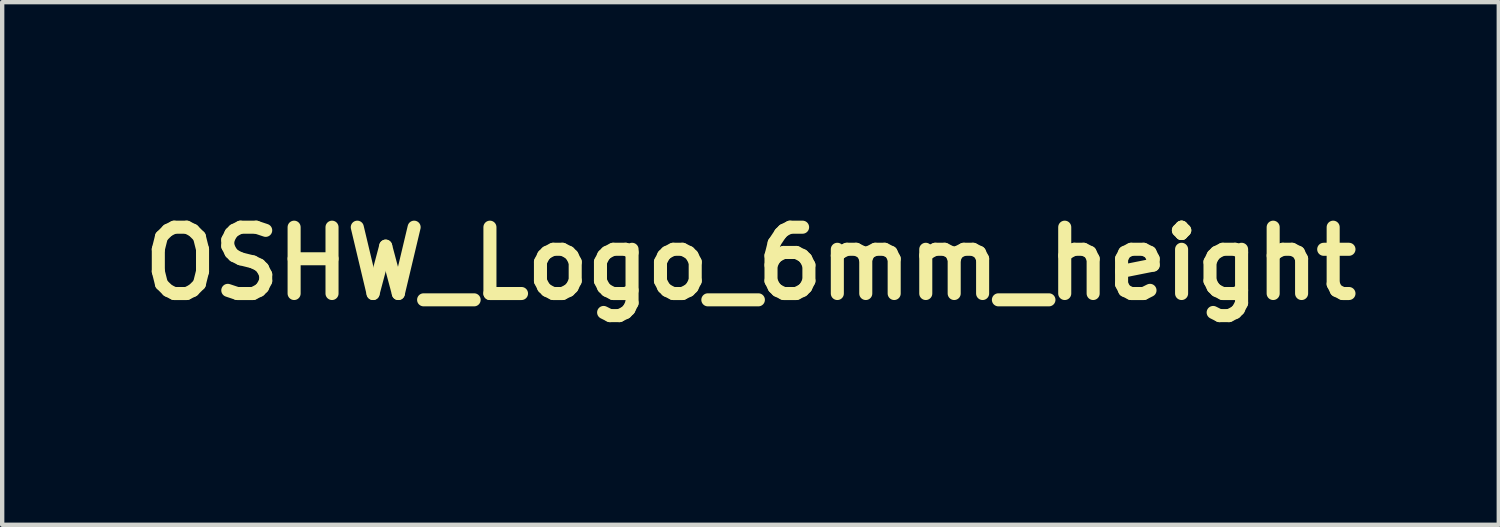
<source format=kicad_pcb>
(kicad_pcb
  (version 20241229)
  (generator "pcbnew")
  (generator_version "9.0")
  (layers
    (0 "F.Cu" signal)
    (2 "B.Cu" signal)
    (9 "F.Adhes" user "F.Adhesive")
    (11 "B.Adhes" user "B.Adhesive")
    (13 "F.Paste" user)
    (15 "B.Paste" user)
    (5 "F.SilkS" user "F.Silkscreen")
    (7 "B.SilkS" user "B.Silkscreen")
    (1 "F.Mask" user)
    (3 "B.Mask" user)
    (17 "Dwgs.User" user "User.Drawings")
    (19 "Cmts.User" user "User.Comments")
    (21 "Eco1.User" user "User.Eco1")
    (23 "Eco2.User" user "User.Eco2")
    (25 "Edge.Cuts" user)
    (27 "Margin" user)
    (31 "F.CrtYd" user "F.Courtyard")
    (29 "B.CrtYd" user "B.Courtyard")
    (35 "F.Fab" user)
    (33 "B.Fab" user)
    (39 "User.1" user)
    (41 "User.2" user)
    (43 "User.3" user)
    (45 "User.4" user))
  (footprint "OSHW_Logo_6mm_height"
    (layer "F.Cu")
    (at 14.195 3.005)
    (property "Reference" "OSHW_Logo_6mm_height" (at 0 0 0) (layer "F.SilkS") (effects (font (size 1.524 1.524) (thickness 0.3))))
    (attr through_hole)
    (fp_poly (pts (xy 2.936 2.111) (xy 2.956 2.116) (xy 2.996 2.133) (xy 3.032 2.159) (xy 3.063 2.19) (xy 3.086 2.227) (xy 3.102 2.266) (xy 3.107 2.302) (xy 3.109 2.329) (xy 3.067 2.347) (xy 3.048 2.355) (xy 3.032 2.362) (xy 3.023 2.365) (xy 3.021 2.365) (xy 3.019 2.361) (xy 3.017 2.348) (xy 3.015 2.329) (xy 3.015 2.326) (xy 3.013 2.301) (xy 3.008 2.283) (xy 3 2.266) (xy 2.997 2.261) (xy 2.975 2.234) (xy 2.947 2.215) (xy 2.916 2.204) (xy 2.883 2.202) (xy 2.85 2.207) (xy 2.82 2.222) (xy 2.803 2.236) (xy 2.794 2.245) (xy 2.786 2.253) (xy 2.78 2.26) (xy 2.775 2.27) (xy 2.772 2.281) (xy 2.769 2.295) (xy 2.767 2.314) (xy 2.766 2.338) (xy 2.765 2.369) (xy 2.764 2.408) (xy 2.764 2.454) (xy 2.763 2.504) (xy 2.762 2.72) (xy 2.726 2.736) (xy 2.707 2.744) (xy 2.69 2.751) (xy 2.679 2.755) (xy 2.679 2.755) (xy 2.667 2.758) (xy 2.667 2.545) (xy 2.667 2.496) (xy 2.668 2.45) (xy 2.668 2.407) (xy 2.669 2.369) (xy 2.67 2.337) (xy 2.671 2.312) (xy 2.672 2.296) (xy 2.672 2.294) (xy 2.684 2.249) (xy 2.704 2.208) (xy 2.731 2.173) (xy 2.765 2.145) (xy 2.803 2.124) (xy 2.845 2.111) (xy 2.89 2.106) (xy 2.936 2.111)) (stroke (width 0.01) (type solid)) (fill yes) (layer "F.Mask"))
    (fp_poly (pts (xy 0.556 2.109) (xy 0.584 2.109) (xy 0.605 2.111) (xy 0.623 2.115) (xy 0.639 2.12) (xy 0.642 2.121) (xy 0.676 2.14) (xy 0.707 2.165) (xy 0.734 2.197) (xy 0.755 2.231) (xy 0.769 2.267) (xy 0.774 2.299) (xy 0.775 2.33) (xy 0.734 2.348) (xy 0.714 2.356) (xy 0.698 2.362) (xy 0.689 2.365) (xy 0.687 2.365) (xy 0.685 2.361) (xy 0.683 2.348) (xy 0.683 2.33) (xy 0.683 2.33) (xy 0.678 2.293) (xy 0.665 2.261) (xy 0.644 2.235) (xy 0.618 2.216) (xy 0.586 2.204) (xy 0.551 2.201) (xy 0.518 2.207) (xy 0.497 2.216) (xy 0.476 2.233) (xy 0.456 2.253) (xy 0.443 2.272) (xy 0.44 2.278) (xy 0.438 2.284) (xy 0.436 2.291) (xy 0.434 2.301) (xy 0.433 2.314) (xy 0.432 2.331) (xy 0.431 2.354) (xy 0.431 2.384) (xy 0.43 2.421) (xy 0.43 2.467) (xy 0.43 2.507) (xy 0.428 2.72) (xy 0.388 2.739) (xy 0.369 2.747) (xy 0.354 2.753) (xy 0.344 2.757) (xy 0.343 2.757) (xy 0.342 2.752) (xy 0.341 2.737) (xy 0.34 2.713) (xy 0.34 2.68) (xy 0.34 2.641) (xy 0.34 2.594) (xy 0.34 2.541) (xy 0.34 2.512) (xy 0.341 2.267) (xy 0.358 2.232) (xy 0.383 2.193) (xy 0.416 2.159) (xy 0.454 2.132) (xy 0.465 2.126) (xy 0.482 2.118) (xy 0.495 2.113) (xy 0.509 2.11) (xy 0.527 2.109) (xy 0.551 2.109) (xy 0.556 2.109)) (stroke (width 0.01) (type solid)) (fill yes) (layer "F.Mask"))
    (fp_poly (pts (xy -0.74 1.881) (xy -0.738 1.888) (xy -0.737 1.901) (xy -0.736 1.92) (xy -0.736 1.948) (xy -0.736 1.985) (xy -0.736 2.01) (xy -0.736 2.143) (xy -0.7 2.126) (xy -0.683 2.118) (xy -0.668 2.113) (xy -0.654 2.11) (xy -0.635 2.109) (xy -0.61 2.109) (xy -0.609 2.109) (xy -0.583 2.109) (xy -0.564 2.11) (xy -0.549 2.113) (xy -0.535 2.118) (xy -0.518 2.125) (xy -0.517 2.126) (xy -0.477 2.15) (xy -0.443 2.182) (xy -0.416 2.22) (xy -0.397 2.263) (xy -0.392 2.286) (xy -0.39 2.299) (xy -0.389 2.322) (xy -0.388 2.354) (xy -0.388 2.393) (xy -0.387 2.438) (xy -0.387 2.489) (xy -0.388 2.518) (xy -0.389 2.721) (xy -0.43 2.739) (xy -0.45 2.747) (xy -0.465 2.753) (xy -0.475 2.757) (xy -0.476 2.757) (xy -0.477 2.752) (xy -0.479 2.737) (xy -0.48 2.713) (xy -0.48 2.681) (xy -0.481 2.642) (xy -0.482 2.596) (xy -0.482 2.544) (xy -0.483 2.522) (xy -0.484 2.288) (xy -0.5 2.262) (xy -0.521 2.237) (xy -0.542 2.22) (xy -0.557 2.212) (xy -0.57 2.207) (xy -0.586 2.204) (xy -0.608 2.204) (xy -0.609 2.204) (xy -0.631 2.204) (xy -0.647 2.207) (xy -0.66 2.211) (xy -0.675 2.22) (xy -0.675 2.22) (xy -0.7 2.24) (xy -0.717 2.262) (xy -0.733 2.288) (xy -0.734 2.504) (xy -0.736 2.72) (xy -0.771 2.736) (xy -0.791 2.744) (xy -0.807 2.751) (xy -0.818 2.755) (xy -0.819 2.755) (xy -0.831 2.758) (xy -0.831 1.918) (xy -0.79 1.9) (xy -0.77 1.892) (xy -0.754 1.885) (xy -0.744 1.881) (xy -0.742 1.88) (xy -0.74 1.881)) (stroke (width 0.01) (type solid)) (fill yes) (layer "F.Mask"))
    (fp_poly (pts (xy -1.573 2.072) (xy -1.527 2.083) (xy -1.498 2.095) (xy -1.476 2.11) (xy -1.451 2.131) (xy -1.428 2.155) (xy -1.408 2.18) (xy -1.395 2.202) (xy -1.394 2.202) (xy -1.389 2.215) (xy -1.384 2.228) (xy -1.38 2.241) (xy -1.377 2.256) (xy -1.375 2.275) (xy -1.373 2.297) (xy -1.372 2.325) (xy -1.372 2.359) (xy -1.371 2.4) (xy -1.372 2.45) (xy -1.372 2.499) (xy -1.373 2.715) (xy -1.433 2.742) (xy -1.456 2.752) (xy -1.476 2.76) (xy -1.491 2.765) (xy -1.498 2.768) (xy -1.498 2.768) (xy -1.499 2.762) (xy -1.5 2.747) (xy -1.501 2.722) (xy -1.502 2.688) (xy -1.502 2.645) (xy -1.503 2.594) (xy -1.503 2.536) (xy -1.503 2.525) (xy -1.503 2.282) (xy -1.515 2.259) (xy -1.534 2.233) (xy -1.559 2.214) (xy -1.588 2.204) (xy -1.618 2.202) (xy -1.648 2.209) (xy -1.676 2.225) (xy -1.681 2.229) (xy -1.689 2.237) (xy -1.696 2.244) (xy -1.702 2.251) (xy -1.707 2.259) (xy -1.71 2.271) (xy -1.713 2.285) (xy -1.715 2.304) (xy -1.717 2.329) (xy -1.718 2.36) (xy -1.719 2.399) (xy -1.719 2.446) (xy -1.72 2.497) (xy -1.722 2.716) (xy -1.78 2.742) (xy -1.803 2.752) (xy -1.823 2.76) (xy -1.837 2.766) (xy -1.843 2.768) (xy -1.844 2.762) (xy -1.844 2.748) (xy -1.845 2.724) (xy -1.845 2.694) (xy -1.846 2.656) (xy -1.846 2.613) (xy -1.846 2.566) (xy -1.846 2.515) (xy -1.846 2.504) (xy -1.844 2.241) (xy -1.826 2.205) (xy -1.802 2.165) (xy -1.77 2.131) (xy -1.732 2.102) (xy -1.691 2.082) (xy -1.666 2.075) (xy -1.621 2.069) (xy -1.573 2.072)) (stroke (width 0.01) (type solid)) (fill yes) (layer "F.Mask"))
    (fp_poly (pts (xy -3.408 2.072) (xy -3.363 2.085) (xy -3.321 2.106) (xy -3.283 2.136) (xy -3.28 2.139) (xy -3.261 2.16) (xy -3.245 2.181) (xy -3.232 2.205) (xy -3.222 2.231) (xy -3.215 2.261) (xy -3.211 2.297) (xy -3.208 2.34) (xy -3.207 2.391) (xy -3.208 2.447) (xy -3.209 2.493) (xy -3.211 2.53) (xy -3.214 2.559) (xy -3.217 2.583) (xy -3.222 2.603) (xy -3.229 2.621) (xy -3.238 2.637) (xy -3.249 2.653) (xy -3.266 2.674) (xy -3.288 2.697) (xy -3.312 2.717) (xy -3.334 2.733) (xy -3.34 2.736) (xy -3.379 2.751) (xy -3.423 2.759) (xy -3.468 2.76) (xy -3.497 2.757) (xy -3.541 2.743) (xy -3.582 2.72) (xy -3.618 2.689) (xy -3.648 2.653) (xy -3.67 2.611) (xy -3.682 2.573) (xy -3.685 2.555) (xy -3.687 2.53) (xy -3.688 2.498) (xy -3.688 2.461) (xy -3.689 2.422) (xy -3.688 2.399) (xy -3.556 2.399) (xy -3.556 2.413) (xy -3.556 2.458) (xy -3.555 2.494) (xy -3.554 2.523) (xy -3.551 2.545) (xy -3.547 2.562) (xy -3.542 2.575) (xy -3.534 2.585) (xy -3.525 2.595) (xy -3.517 2.602) (xy -3.487 2.62) (xy -3.455 2.628) (xy -3.422 2.626) (xy -3.417 2.624) (xy -3.4 2.616) (xy -3.381 2.603) (xy -3.373 2.596) (xy -3.363 2.585) (xy -3.355 2.573) (xy -3.349 2.56) (xy -3.344 2.543) (xy -3.342 2.522) (xy -3.34 2.495) (xy -3.339 2.461) (xy -3.34 2.419) (xy -3.34 2.397) (xy -3.341 2.355) (xy -3.342 2.323) (xy -3.343 2.298) (xy -3.346 2.279) (xy -3.35 2.264) (xy -3.355 2.253) (xy -3.363 2.243) (xy -3.373 2.234) (xy -3.378 2.229) (xy -3.406 2.211) (xy -3.435 2.203) (xy -3.466 2.203) (xy -3.495 2.212) (xy -3.521 2.229) (xy -3.541 2.254) (xy -3.544 2.259) (xy -3.548 2.267) (xy -3.55 2.274) (xy -3.553 2.283) (xy -3.554 2.295) (xy -3.555 2.311) (xy -3.556 2.333) (xy -3.556 2.362) (xy -3.556 2.399) (xy -3.688 2.399) (xy -3.688 2.383) (xy -3.687 2.344) (xy -3.686 2.31) (xy -3.684 2.28) (xy -3.682 2.257) (xy -3.68 2.246) (xy -3.665 2.205) (xy -3.642 2.168) (xy -3.62 2.141) (xy -3.584 2.11) (xy -3.543 2.088) (xy -3.499 2.074) (xy -3.454 2.069) (xy -3.408 2.072)) (stroke (width 0.01) (type solid)) (fill yes) (layer "F.Mask"))
    (fp_poly (pts (xy -2.19 2.071) (xy -2.146 2.081) (xy -2.105 2.1) (xy -2.067 2.128) (xy -2.041 2.154) (xy -2.02 2.178) (xy -2.006 2.202) (xy -1.996 2.227) (xy -1.99 2.256) (xy -1.988 2.292) (xy -1.987 2.311) (xy -1.987 2.376) (xy -2.156 2.452) (xy -2.326 2.527) (xy -2.325 2.544) (xy -2.319 2.568) (xy -2.304 2.591) (xy -2.283 2.609) (xy -2.257 2.621) (xy -2.228 2.627) (xy -2.223 2.627) (xy -2.189 2.622) (xy -2.161 2.609) (xy -2.139 2.587) (xy -2.124 2.559) (xy -2.117 2.53) (xy -2.114 2.501) (xy -2.053 2.473) (xy -2.03 2.462) (xy -2.01 2.454) (xy -1.996 2.448) (xy -1.989 2.445) (xy -1.988 2.445) (xy -1.987 2.45) (xy -1.985 2.463) (xy -1.985 2.482) (xy -1.984 2.5) (xy -1.986 2.544) (xy -1.993 2.581) (xy -2.005 2.614) (xy -2.023 2.646) (xy -2.023 2.647) (xy -2.057 2.689) (xy -2.094 2.721) (xy -2.136 2.744) (xy -2.181 2.758) (xy -2.229 2.761) (xy -2.28 2.754) (xy -2.286 2.753) (xy -2.33 2.736) (xy -2.369 2.71) (xy -2.404 2.677) (xy -2.433 2.637) (xy -2.442 2.619) (xy -2.458 2.585) (xy -2.46 2.426) (xy -2.46 2.38) (xy -2.46 2.347) (xy -2.328 2.347) (xy -2.328 2.366) (xy -2.327 2.378) (xy -2.326 2.381) (xy -2.321 2.379) (xy -2.307 2.373) (xy -2.287 2.365) (xy -2.261 2.353) (xy -2.231 2.34) (xy -2.222 2.336) (xy -2.191 2.323) (xy -2.164 2.311) (xy -2.142 2.301) (xy -2.127 2.293) (xy -2.119 2.289) (xy -2.118 2.289) (xy -2.119 2.283) (xy -2.123 2.272) (xy -2.125 2.267) (xy -2.141 2.239) (xy -2.164 2.219) (xy -2.19 2.206) (xy -2.219 2.202) (xy -2.249 2.205) (xy -2.277 2.217) (xy -2.303 2.238) (xy -2.31 2.245) (xy -2.317 2.255) (xy -2.321 2.264) (xy -2.324 2.275) (xy -2.326 2.29) (xy -2.327 2.312) (xy -2.327 2.324) (xy -2.328 2.347) (xy -2.46 2.347) (xy -2.46 2.343) (xy -2.46 2.315) (xy -2.46 2.293) (xy -2.459 2.276) (xy -2.457 2.263) (xy -2.455 2.252) (xy -2.453 2.242) (xy -2.45 2.233) (xy -2.429 2.187) (xy -2.4 2.148) (xy -2.363 2.115) (xy -2.325 2.092) (xy -2.303 2.082) (xy -2.285 2.076) (xy -2.265 2.072) (xy -2.239 2.07) (xy -2.19 2.071)) (stroke (width 0.01) (type solid)) (fill yes) (layer "F.Mask"))
    (fp_poly (pts (xy -2.821 2.07) (xy -2.771 2.078) (xy -2.726 2.094) (xy -2.687 2.119) (xy -2.653 2.153) (xy -2.643 2.165) (xy -2.631 2.182) (xy -2.622 2.197) (xy -2.614 2.213) (xy -2.608 2.231) (xy -2.604 2.252) (xy -2.601 2.276) (xy -2.6 2.307) (xy -2.599 2.345) (xy -2.599 2.391) (xy -2.599 2.427) (xy -2.601 2.586) (xy -2.621 2.626) (xy -2.647 2.668) (xy -2.681 2.704) (xy -2.72 2.731) (xy -2.763 2.75) (xy -2.81 2.76) (xy -2.859 2.76) (xy -2.871 2.758) (xy -2.893 2.754) (xy -2.912 2.749) (xy -2.926 2.744) (xy -2.926 2.744) (xy -2.942 2.736) (xy -2.943 2.84) (xy -2.945 2.944) (xy -2.992 2.964) (xy -3.015 2.974) (xy -3.036 2.983) (xy -3.052 2.99) (xy -3.057 2.992) (xy -3.074 3) (xy -3.074 2.635) (xy -3.074 2.564) (xy -3.074 2.503) (xy -3.074 2.45) (xy -3.074 2.413) (xy -2.942 2.413) (xy -2.942 2.458) (xy -2.942 2.493) (xy -2.941 2.521) (xy -2.939 2.542) (xy -2.935 2.558) (xy -2.931 2.571) (xy -2.925 2.581) (xy -2.916 2.59) (xy -2.906 2.599) (xy -2.905 2.599) (xy -2.876 2.619) (xy -2.846 2.628) (xy -2.815 2.627) (xy -2.804 2.624) (xy -2.774 2.609) (xy -2.75 2.586) (xy -2.74 2.57) (xy -2.736 2.562) (xy -2.733 2.553) (xy -2.731 2.542) (xy -2.729 2.528) (xy -2.728 2.508) (xy -2.727 2.481) (xy -2.726 2.445) (xy -2.726 2.437) (xy -2.726 2.388) (xy -2.726 2.349) (xy -2.728 2.318) (xy -2.731 2.293) (xy -2.735 2.274) (xy -2.741 2.259) (xy -2.749 2.246) (xy -2.751 2.244) (xy -2.775 2.221) (xy -2.802 2.207) (xy -2.832 2.202) (xy -2.862 2.205) (xy -2.89 2.216) (xy -2.914 2.235) (xy -2.932 2.261) (xy -2.935 2.268) (xy -2.938 2.276) (xy -2.939 2.286) (xy -2.941 2.301) (xy -2.941 2.32) (xy -2.942 2.347) (xy -2.942 2.382) (xy -2.942 2.413) (xy -3.074 2.413) (xy -3.074 2.406) (xy -3.074 2.369) (xy -3.073 2.338) (xy -3.073 2.314) (xy -3.072 2.294) (xy -3.071 2.278) (xy -3.07 2.266) (xy -3.069 2.257) (xy -3.067 2.249) (xy -3.065 2.242) (xy -3.064 2.239) (xy -3.049 2.2) (xy -3.028 2.166) (xy -3 2.135) (xy -2.999 2.134) (xy -2.961 2.104) (xy -2.92 2.083) (xy -2.875 2.072) (xy -2.826 2.07) (xy -2.821 2.07)) (stroke (width 0.01) (type solid)) (fill yes) (layer "F.Mask"))
    (fp_poly (pts (xy 0.009 2.109) (xy 0.054 2.121) (xy 0.095 2.141) (xy 0.131 2.17) (xy 0.16 2.207) (xy 0.171 2.226) (xy 0.177 2.239) (xy 0.182 2.252) (xy 0.186 2.266) (xy 0.189 2.283) (xy 0.192 2.304) (xy 0.193 2.329) (xy 0.195 2.359) (xy 0.195 2.397) (xy 0.195 2.443) (xy 0.195 2.497) (xy 0.195 2.518) (xy 0.193 2.722) (xy 0.152 2.739) (xy 0.132 2.747) (xy 0.116 2.753) (xy 0.107 2.757) (xy 0.105 2.757) (xy 0.104 2.752) (xy 0.103 2.737) (xy 0.102 2.714) (xy 0.101 2.684) (xy 0.101 2.648) (xy 0.101 2.606) (xy 0.101 2.596) (xy 0.1 2.555) (xy 0.1 2.519) (xy 0.1 2.487) (xy 0.1 2.462) (xy 0.099 2.444) (xy 0.099 2.435) (xy 0.099 2.434) (xy 0.092 2.436) (xy 0.078 2.442) (xy 0.057 2.45) (xy 0.032 2.461) (xy 0.004 2.472) (xy -0.024 2.484) (xy -0.052 2.496) (xy -0.076 2.507) (xy -0.096 2.516) (xy -0.11 2.523) (xy -0.115 2.526) (xy -0.131 2.541) (xy -0.144 2.561) (xy -0.151 2.582) (xy -0.151 2.598) (xy -0.14 2.623) (xy -0.122 2.643) (xy -0.097 2.657) (xy -0.068 2.664) (xy -0.034 2.664) (xy 0.000457 2.657) (xy 0.013 2.653) (xy 0.019 2.657) (xy 0.027 2.67) (xy 0.037 2.693) (xy 0.045 2.713) (xy 0.05 2.728) (xy 0.052 2.737) (xy 0.052 2.738) (xy 0.047 2.741) (xy 0.034 2.745) (xy 0.025 2.748) (xy -0.004 2.755) (xy -0.037 2.759) (xy -0.069 2.759) (xy -0.09 2.757) (xy -0.128 2.745) (xy -0.164 2.726) (xy -0.195 2.701) (xy -0.22 2.673) (xy -0.238 2.642) (xy -0.241 2.631) (xy -0.248 2.592) (xy -0.245 2.553) (xy -0.233 2.516) (xy -0.213 2.483) (xy -0.19 2.461) (xy -0.175 2.451) (xy -0.15 2.438) (xy -0.116 2.422) (xy -0.072 2.403) (xy -0.032 2.387) (xy 0.102 2.332) (xy 0.099 2.309) (xy 0.091 2.277) (xy 0.074 2.25) (xy 0.05 2.228) (xy 0.022 2.212) (xy -0.01 2.203) (xy -0.043 2.202) (xy -0.071 2.209) (xy -0.098 2.224) (xy -0.121 2.247) (xy -0.139 2.275) (xy -0.151 2.305) (xy -0.153 2.328) (xy -0.158 2.338) (xy -0.168 2.343) (xy -0.181 2.348) (xy -0.199 2.356) (xy -0.213 2.362) (xy -0.244 2.376) (xy -0.243 2.324) (xy -0.241 2.299) (xy -0.239 2.28) (xy -0.235 2.264) (xy -0.228 2.247) (xy -0.223 2.236) (xy -0.197 2.194) (xy -0.164 2.159) (xy -0.127 2.132) (xy -0.084 2.115) (xy -0.04 2.107) (xy 0.009 2.109)) (stroke (width 0.01) (type solid)) (fill yes) (layer "F.Mask"))
    (fp_poly (pts (xy 3.497 2.109) (xy 3.515 2.11) (xy 3.53 2.113) (xy 3.544 2.117) (xy 3.56 2.125) (xy 3.568 2.129) (xy 3.605 2.152) (xy 3.638 2.181) (xy 3.664 2.214) (xy 3.678 2.242) (xy 3.684 2.261) (xy 3.688 2.28) (xy 3.69 2.304) (xy 3.69 2.327) (xy 3.691 2.382) (xy 3.52 2.458) (xy 3.48 2.476) (xy 3.443 2.492) (xy 3.411 2.507) (xy 3.384 2.519) (xy 3.363 2.528) (xy 3.35 2.534) (xy 3.346 2.536) (xy 3.345 2.544) (xy 3.348 2.557) (xy 3.353 2.574) (xy 3.359 2.592) (xy 3.366 2.607) (xy 3.368 2.61) (xy 3.391 2.635) (xy 3.42 2.653) (xy 3.452 2.663) (xy 3.487 2.664) (xy 3.509 2.66) (xy 3.538 2.647) (xy 3.563 2.626) (xy 3.583 2.601) (xy 3.595 2.572) (xy 3.598 2.55) (xy 3.599 2.541) (xy 3.601 2.534) (xy 3.607 2.529) (xy 3.619 2.522) (xy 3.639 2.514) (xy 3.643 2.512) (xy 3.663 2.503) (xy 3.679 2.497) (xy 3.689 2.493) (xy 3.691 2.492) (xy 3.693 2.497) (xy 3.694 2.51) (xy 3.694 2.528) (xy 3.692 2.549) (xy 3.689 2.57) (xy 3.686 2.588) (xy 3.684 2.597) (xy 3.665 2.642) (xy 3.638 2.681) (xy 3.606 2.713) (xy 3.568 2.738) (xy 3.526 2.753) (xy 3.481 2.76) (xy 3.434 2.757) (xy 3.429 2.756) (xy 3.389 2.744) (xy 3.351 2.722) (xy 3.316 2.693) (xy 3.288 2.66) (xy 3.271 2.631) (xy 3.257 2.601) (xy 3.257 2.373) (xy 3.344 2.373) (xy 3.344 2.395) (xy 3.345 2.413) (xy 3.347 2.425) (xy 3.348 2.429) (xy 3.354 2.427) (xy 3.368 2.421) (xy 3.389 2.412) (xy 3.416 2.401) (xy 3.447 2.387) (xy 3.475 2.375) (xy 3.514 2.357) (xy 3.544 2.344) (xy 3.566 2.333) (xy 3.582 2.325) (xy 3.592 2.319) (xy 3.597 2.314) (xy 3.598 2.31) (xy 3.598 2.31) (xy 3.595 2.296) (xy 3.588 2.278) (xy 3.578 2.258) (xy 3.567 2.242) (xy 3.561 2.235) (xy 3.534 2.217) (xy 3.503 2.206) (xy 3.469 2.202) (xy 3.437 2.206) (xy 3.421 2.211) (xy 3.399 2.225) (xy 3.378 2.246) (xy 3.361 2.269) (xy 3.351 2.292) (xy 3.35 2.294) (xy 3.348 2.307) (xy 3.346 2.327) (xy 3.345 2.349) (xy 3.344 2.373) (xy 3.257 2.373) (xy 3.257 2.267) (xy 3.273 2.233) (xy 3.298 2.194) (xy 3.33 2.159) (xy 3.369 2.132) (xy 3.38 2.126) (xy 3.397 2.118) (xy 3.41 2.113) (xy 3.424 2.11) (xy 3.442 2.109) (xy 3.466 2.109) (xy 3.471 2.109) (xy 3.497 2.109)) (stroke (width 0.01) (type solid)) (fill yes) (layer "F.Mask"))
    (fp_poly (pts (xy 1.994 2.377) (xy 1.993 2.438) (xy 1.993 2.489) (xy 1.993 2.531) (xy 1.992 2.565) (xy 1.992 2.592) (xy 1.991 2.614) (xy 1.99 2.63) (xy 1.989 2.642) (xy 1.988 2.652) (xy 1.986 2.658) (xy 1.984 2.664) (xy 1.981 2.669) (xy 1.98 2.671) (xy 1.957 2.705) (xy 1.927 2.731) (xy 1.894 2.749) (xy 1.857 2.759) (xy 1.82 2.76) (xy 1.782 2.751) (xy 1.747 2.733) (xy 1.747 2.733) (xy 1.732 2.724) (xy 1.723 2.72) (xy 1.717 2.72) (xy 1.712 2.725) (xy 1.712 2.725) (xy 1.698 2.735) (xy 1.678 2.745) (xy 1.655 2.753) (xy 1.63 2.759) (xy 1.608 2.762) (xy 1.592 2.761) (xy 1.59 2.76) (xy 1.582 2.758) (xy 1.568 2.755) (xy 1.566 2.755) (xy 1.543 2.747) (xy 1.519 2.732) (xy 1.496 2.713) (xy 1.481 2.696) (xy 1.474 2.685) (xy 1.468 2.674) (xy 1.463 2.663) (xy 1.459 2.649) (xy 1.456 2.633) (xy 1.454 2.613) (xy 1.452 2.588) (xy 1.451 2.557) (xy 1.451 2.519) (xy 1.451 2.474) (xy 1.451 2.419) (xy 1.451 2.378) (xy 1.453 2.146) (xy 1.543 2.107) (xy 1.545 2.369) (xy 1.548 2.631) (xy 1.568 2.649) (xy 1.582 2.661) (xy 1.596 2.666) (xy 1.611 2.667) (xy 1.635 2.663) (xy 1.648 2.656) (xy 1.655 2.65) (xy 1.661 2.644) (xy 1.665 2.638) (xy 1.669 2.629) (xy 1.672 2.617) (xy 1.674 2.601) (xy 1.675 2.58) (xy 1.676 2.553) (xy 1.677 2.52) (xy 1.677 2.478) (xy 1.677 2.428) (xy 1.677 2.377) (xy 1.677 2.145) (xy 1.721 2.127) (xy 1.741 2.119) (xy 1.757 2.112) (xy 1.767 2.108) (xy 1.769 2.107) (xy 1.769 2.112) (xy 1.77 2.126) (xy 1.771 2.149) (xy 1.772 2.179) (xy 1.772 2.216) (xy 1.772 2.259) (xy 1.772 2.306) (xy 1.772 2.357) (xy 1.772 2.362) (xy 1.772 2.422) (xy 1.772 2.472) (xy 1.772 2.513) (xy 1.773 2.547) (xy 1.773 2.573) (xy 1.774 2.594) (xy 1.775 2.609) (xy 1.776 2.62) (xy 1.778 2.628) (xy 1.78 2.633) (xy 1.78 2.634) (xy 1.795 2.653) (xy 1.815 2.664) (xy 1.837 2.667) (xy 1.859 2.662) (xy 1.879 2.65) (xy 1.891 2.635) (xy 1.893 2.631) (xy 1.895 2.624) (xy 1.896 2.615) (xy 1.897 2.602) (xy 1.898 2.584) (xy 1.899 2.561) (xy 1.899 2.531) (xy 1.9 2.493) (xy 1.9 2.447) (xy 1.9 2.391) (xy 1.9 2.384) (xy 1.9 2.148) (xy 1.935 2.132) (xy 1.955 2.123) (xy 1.972 2.116) (xy 1.983 2.111) (xy 1.983 2.111) (xy 1.995 2.106) (xy 1.994 2.377)) (stroke (width 0.01) (type solid)) (fill yes) (layer "F.Mask"))
    (fp_poly (pts (xy 1.355 1.881) (xy 1.356 1.887) (xy 1.357 1.898) (xy 1.358 1.915) (xy 1.358 1.938) (xy 1.359 1.967) (xy 1.359 2.005) (xy 1.36 2.05) (xy 1.36 2.104) (xy 1.36 2.168) (xy 1.36 2.227) (xy 1.36 2.296) (xy 1.36 2.356) (xy 1.36 2.407) (xy 1.36 2.45) (xy 1.359 2.485) (xy 1.359 2.514) (xy 1.358 2.538) (xy 1.358 2.556) (xy 1.357 2.571) (xy 1.355 2.582) (xy 1.354 2.592) (xy 1.352 2.599) (xy 1.35 2.606) (xy 1.349 2.61) (xy 1.331 2.65) (xy 1.305 2.686) (xy 1.271 2.717) (xy 1.233 2.74) (xy 1.22 2.746) (xy 1.19 2.754) (xy 1.156 2.759) (xy 1.122 2.76) (xy 1.096 2.757) (xy 1.051 2.742) (xy 1.011 2.718) (xy 0.977 2.686) (xy 0.949 2.647) (xy 0.943 2.636) (xy 0.923 2.596) (xy 0.923 2.434) (xy 0.923 2.434) (xy 1.016 2.434) (xy 1.016 2.434) (xy 1.016 2.479) (xy 1.016 2.514) (xy 1.017 2.541) (xy 1.019 2.563) (xy 1.022 2.579) (xy 1.026 2.591) (xy 1.031 2.602) (xy 1.038 2.611) (xy 1.048 2.622) (xy 1.05 2.624) (xy 1.078 2.647) (xy 1.11 2.661) (xy 1.143 2.666) (xy 1.176 2.661) (xy 1.206 2.647) (xy 1.234 2.624) (xy 1.254 2.594) (xy 1.265 2.559) (xy 1.267 2.541) (xy 1.269 2.514) (xy 1.269 2.48) (xy 1.269 2.44) (xy 1.269 2.413) (xy 1.268 2.37) (xy 1.266 2.335) (xy 1.264 2.309) (xy 1.26 2.288) (xy 1.255 2.272) (xy 1.248 2.259) (xy 1.238 2.247) (xy 1.226 2.235) (xy 1.225 2.234) (xy 1.195 2.214) (xy 1.162 2.203) (xy 1.129 2.201) (xy 1.096 2.209) (xy 1.066 2.225) (xy 1.049 2.239) (xy 1.04 2.25) (xy 1.032 2.26) (xy 1.027 2.271) (xy 1.022 2.284) (xy 1.019 2.301) (xy 1.018 2.323) (xy 1.017 2.352) (xy 1.016 2.388) (xy 1.016 2.434) (xy 0.923 2.434) (xy 0.923 2.389) (xy 0.924 2.352) (xy 0.924 2.324) (xy 0.924 2.302) (xy 0.925 2.285) (xy 0.927 2.272) (xy 0.929 2.262) (xy 0.931 2.253) (xy 0.935 2.244) (xy 0.936 2.241) (xy 0.952 2.213) (xy 0.974 2.184) (xy 1.001 2.157) (xy 1.03 2.135) (xy 1.056 2.122) (xy 1.098 2.111) (xy 1.142 2.107) (xy 1.185 2.111) (xy 1.226 2.122) (xy 1.248 2.133) (xy 1.26 2.14) (xy 1.267 2.143) (xy 1.268 2.143) (xy 1.268 2.138) (xy 1.269 2.124) (xy 1.269 2.102) (xy 1.27 2.075) (xy 1.27 2.043) (xy 1.27 2.03) (xy 1.27 1.917) (xy 1.308 1.9) (xy 1.327 1.891) (xy 1.343 1.884) (xy 1.352 1.88) (xy 1.353 1.88) (xy 1.355 1.881)) (stroke (width 0.01) (type solid)) (fill yes) (layer "F.Mask"))
    (fp_poly (pts (xy 2.333 2.109) (xy 2.352 2.11) (xy 2.366 2.113) (xy 2.381 2.118) (xy 2.397 2.125) (xy 2.399 2.126) (xy 2.44 2.151) (xy 2.474 2.183) (xy 2.5 2.222) (xy 2.518 2.265) (xy 2.524 2.291) (xy 2.525 2.305) (xy 2.526 2.327) (xy 2.527 2.357) (xy 2.528 2.394) (xy 2.529 2.435) (xy 2.529 2.48) (xy 2.529 2.522) (xy 2.529 2.718) (xy 2.487 2.738) (xy 2.467 2.746) (xy 2.451 2.753) (xy 2.441 2.757) (xy 2.439 2.757) (xy 2.438 2.752) (xy 2.437 2.737) (xy 2.436 2.714) (xy 2.435 2.683) (xy 2.434 2.646) (xy 2.434 2.603) (xy 2.434 2.596) (xy 2.434 2.555) (xy 2.434 2.519) (xy 2.434 2.487) (xy 2.433 2.462) (xy 2.433 2.444) (xy 2.432 2.435) (xy 2.432 2.434) (xy 2.426 2.436) (xy 2.411 2.442) (xy 2.391 2.45) (xy 2.366 2.46) (xy 2.339 2.471) (xy 2.311 2.483) (xy 2.285 2.494) (xy 2.261 2.504) (xy 2.242 2.513) (xy 2.229 2.519) (xy 2.227 2.52) (xy 2.211 2.531) (xy 2.198 2.542) (xy 2.195 2.546) (xy 2.183 2.568) (xy 2.181 2.591) (xy 2.188 2.612) (xy 2.201 2.631) (xy 2.22 2.647) (xy 2.243 2.659) (xy 2.27 2.665) (xy 2.299 2.665) (xy 2.324 2.659) (xy 2.339 2.655) (xy 2.349 2.652) (xy 2.352 2.652) (xy 2.355 2.657) (xy 2.36 2.67) (xy 2.368 2.688) (xy 2.37 2.693) (xy 2.378 2.713) (xy 2.381 2.726) (xy 2.382 2.733) (xy 2.379 2.738) (xy 2.377 2.74) (xy 2.361 2.748) (xy 2.337 2.754) (xy 2.31 2.758) (xy 2.281 2.76) (xy 2.254 2.758) (xy 2.244 2.757) (xy 2.213 2.747) (xy 2.18 2.731) (xy 2.15 2.712) (xy 2.134 2.699) (xy 2.11 2.671) (xy 2.095 2.642) (xy 2.087 2.608) (xy 2.086 2.595) (xy 2.087 2.555) (xy 2.097 2.52) (xy 2.115 2.489) (xy 2.123 2.479) (xy 2.132 2.47) (xy 2.142 2.462) (xy 2.155 2.453) (xy 2.171 2.443) (xy 2.192 2.433) (xy 2.219 2.42) (xy 2.253 2.406) (xy 2.295 2.388) (xy 2.333 2.373) (xy 2.435 2.331) (xy 2.432 2.31) (xy 2.422 2.277) (xy 2.404 2.248) (xy 2.393 2.236) (xy 2.366 2.216) (xy 2.336 2.205) (xy 2.305 2.202) (xy 2.274 2.206) (xy 2.245 2.218) (xy 2.219 2.237) (xy 2.199 2.261) (xy 2.186 2.291) (xy 2.182 2.31) (xy 2.179 2.336) (xy 2.137 2.355) (xy 2.117 2.363) (xy 2.101 2.37) (xy 2.091 2.374) (xy 2.089 2.375) (xy 2.087 2.372) (xy 2.085 2.36) (xy 2.085 2.343) (xy 2.086 2.323) (xy 2.089 2.302) (xy 2.092 2.283) (xy 2.093 2.278) (xy 2.109 2.235) (xy 2.134 2.196) (xy 2.166 2.161) (xy 2.202 2.134) (xy 2.216 2.126) (xy 2.233 2.118) (xy 2.247 2.113) (xy 2.261 2.11) (xy 2.278 2.109) (xy 2.303 2.109) (xy 2.307 2.109) (xy 2.333 2.109)) (stroke (width 0.01) (type solid)) (fill yes) (layer "F.Mask"))
    (fp_poly (pts (xy -0.087 -3) (xy -0.031 -2.999) (xy 0.035 -2.999) (xy 0.044 -2.999) (xy 0.372 -2.998) (xy 0.381 -2.985) (xy 0.384 -2.977) (xy 0.389 -2.962) (xy 0.394 -2.938) (xy 0.401 -2.905) (xy 0.41 -2.863) (xy 0.42 -2.812) (xy 0.431 -2.751) (xy 0.445 -2.68) (xy 0.45 -2.654) (xy 0.463 -2.579) (xy 0.476 -2.514) (xy 0.486 -2.46) (xy 0.495 -2.415) (xy 0.503 -2.379) (xy 0.509 -2.352) (xy 0.514 -2.334) (xy 0.517 -2.325) (xy 0.517 -2.324) (xy 0.52 -2.321) (xy 0.525 -2.317) (xy 0.533 -2.312) (xy 0.544 -2.307) (xy 0.559 -2.3) (xy 0.579 -2.291) (xy 0.604 -2.28) (xy 0.635 -2.267) (xy 0.673 -2.251) (xy 0.718 -2.233) (xy 0.772 -2.211) (xy 0.833 -2.186) (xy 0.888 -2.164) (xy 0.921 -2.15) (xy 0.945 -2.141) (xy 0.963 -2.135) (xy 0.976 -2.131) (xy 0.985 -2.13) (xy 0.992 -2.131) (xy 0.995 -2.132) (xy 1.002 -2.136) (xy 1.017 -2.145) (xy 1.039 -2.159) (xy 1.067 -2.178) (xy 1.101 -2.201) (xy 1.139 -2.227) (xy 1.182 -2.255) (xy 1.227 -2.286) (xy 1.274 -2.318) (xy 1.322 -2.351) (xy 1.368 -2.383) (xy 1.411 -2.411) (xy 1.449 -2.437) (xy 1.483 -2.459) (xy 1.511 -2.477) (xy 1.532 -2.491) (xy 1.546 -2.499) (xy 1.552 -2.502) (xy 1.556 -2.502) (xy 1.56 -2.501) (xy 1.566 -2.498) (xy 1.574 -2.492) (xy 1.584 -2.484) (xy 1.597 -2.472) (xy 1.614 -2.456) (xy 1.635 -2.435) (xy 1.661 -2.41) (xy 1.693 -2.379) (xy 1.73 -2.342) (xy 1.774 -2.298) (xy 1.8 -2.272) (xy 1.851 -2.221) (xy 1.895 -2.176) (xy 1.932 -2.139) (xy 1.963 -2.107) (xy 1.988 -2.081) (xy 2.006 -2.061) (xy 2.02 -2.046) (xy 2.028 -2.035) (xy 2.032 -2.029) (xy 2.032 -2.028) (xy 2.029 -2.021) (xy 2.02 -2.006) (xy 2.006 -1.984) (xy 1.987 -1.954) (xy 1.963 -1.918) (xy 1.935 -1.876) (xy 1.903 -1.829) (xy 1.868 -1.776) (xy 1.851 -1.753) (xy 1.819 -1.705) (xy 1.788 -1.66) (xy 1.759 -1.618) (xy 1.734 -1.58) (xy 1.711 -1.546) (xy 1.693 -1.518) (xy 1.679 -1.496) (xy 1.669 -1.482) (xy 1.666 -1.475) (xy 1.665 -1.471) (xy 1.665 -1.465) (xy 1.667 -1.456) (xy 1.671 -1.443) (xy 1.677 -1.426) (xy 1.686 -1.404) (xy 1.698 -1.376) (xy 1.712 -1.341) (xy 1.73 -1.298) (xy 1.752 -1.246) (xy 1.76 -1.227) (xy 1.785 -1.169) (xy 1.806 -1.12) (xy 1.824 -1.08) (xy 1.839 -1.048) (xy 1.85 -1.023) (xy 1.86 -1.005) (xy 1.867 -0.993) (xy 1.871 -0.986) (xy 1.873 -0.985) (xy 1.876 -0.983) (xy 1.882 -0.981) (xy 1.89 -0.979) (xy 1.901 -0.976) (xy 1.917 -0.972) (xy 1.936 -0.968) (xy 1.962 -0.963) (xy 1.993 -0.957) (xy 2.031 -0.949) (xy 2.076 -0.941) (xy 2.129 -0.931) (xy 2.191 -0.919) (xy 2.262 -0.906) (xy 2.302 -0.899) (xy 2.355 -0.889) (xy 2.399 -0.881) (xy 2.435 -0.874) (xy 2.463 -0.868) (xy 2.484 -0.863) (xy 2.499 -0.859) (xy 2.509 -0.855) (xy 2.516 -0.852) (xy 2.518 -0.85) (xy 2.529 -0.84) (xy 2.529 -0.516) (xy 2.529 -0.449) (xy 2.529 -0.392) (xy 2.529 -0.344) (xy 2.529 -0.304) (xy 2.529 -0.271) (xy 2.528 -0.245) (xy 2.528 -0.225) (xy 2.527 -0.21) (xy 2.526 -0.198) (xy 2.524 -0.191) (xy 2.523 -0.185) (xy 2.521 -0.182) (xy 2.52 -0.181) (xy 2.515 -0.178) (xy 2.505 -0.174) (xy 2.489 -0.169) (xy 2.467 -0.164) (xy 2.438 -0.157) (xy 2.401 -0.15) (xy 2.357 -0.141) (xy 2.305 -0.131) (xy 2.245 -0.119) (xy 2.175 -0.106) (xy 2.096 -0.092) (xy 2.007 -0.076) (xy 1.979 -0.071) (xy 1.944 -0.064) (xy 1.919 -0.058) (xy 1.901 -0.053) (xy 1.89 -0.048) (xy 1.886 -0.045) (xy 1.881 -0.038) (xy 1.873 -0.022) (xy 1.863 0.001) (xy 1.85 0.031) (xy 1.835 0.066) (xy 1.819 0.105) (xy 1.802 0.147) (xy 1.784 0.19) (xy 1.766 0.234) (xy 1.749 0.278) (xy 1.733 0.319) (xy 1.719 0.357) (xy 1.706 0.391) (xy 1.695 0.42) (xy 1.688 0.442) (xy 1.684 0.457) (xy 1.683 0.461) (xy 1.684 0.466) (xy 1.688 0.475) (xy 1.695 0.488) (xy 1.705 0.505) (xy 1.719 0.527) (xy 1.738 0.556) (xy 1.761 0.59) (xy 1.789 0.631) (xy 1.822 0.68) (xy 1.856 0.73) (xy 1.889 0.779) (xy 1.92 0.824) (xy 1.949 0.867) (xy 1.974 0.904) (xy 1.995 0.936) (xy 2.011 0.962) (xy 2.023 0.982) (xy 2.03 0.994) (xy 2.031 0.997) (xy 2.031 1) (xy 2.03 1.005) (xy 2.026 1.011) (xy 2.021 1.019) (xy 2.012 1.029) (xy 1.999 1.043) (xy 1.983 1.06) (xy 1.962 1.082) (xy 1.936 1.109) (xy 1.904 1.141) (xy 1.866 1.18) (xy 1.821 1.225) (xy 1.803 1.242) (xy 1.755 1.29) (xy 1.714 1.332) (xy 1.679 1.366) (xy 1.649 1.395) (xy 1.625 1.418) (xy 1.606 1.436) (xy 1.591 1.45) (xy 1.579 1.46) (xy 1.57 1.467) (xy 1.564 1.471) (xy 1.559 1.473) (xy 1.557 1.473) (xy 1.551 1.471) (xy 1.541 1.466) (xy 1.525 1.457) (xy 1.504 1.444) (xy 1.476 1.426) (xy 1.442 1.403) (xy 1.4 1.375) (xy 1.351 1.342) (xy 1.294 1.303) (xy 1.294 1.303) (xy 1.24 1.265) (xy 1.193 1.234) (xy 1.154 1.207) (xy 1.122 1.186) (xy 1.096 1.169) (xy 1.075 1.155) (xy 1.058 1.145) (xy 1.046 1.139) (xy 1.037 1.135) (xy 1.031 1.133) (xy 1.028 1.132) (xy 1.011 1.136) (xy 0.988 1.145) (xy 0.975 1.153) (xy 0.957 1.163) (xy 0.933 1.176) (xy 0.905 1.191) (xy 0.875 1.207) (xy 0.861 1.214) (xy 0.832 1.229) (xy 0.81 1.24) (xy 0.795 1.246) (xy 0.785 1.25) (xy 0.778 1.25) (xy 0.773 1.249) (xy 0.771 1.247) (xy 0.767 1.241) (xy 0.76 1.227) (xy 0.749 1.203) (xy 0.736 1.173) (xy 0.719 1.135) (xy 0.7 1.092) (xy 0.68 1.043) (xy 0.657 0.991) (xy 0.633 0.934) (xy 0.608 0.874) (xy 0.582 0.813) (xy 0.556 0.75) (xy 0.529 0.687) (xy 0.503 0.623) (xy 0.477 0.561) (xy 0.452 0.501) (xy 0.429 0.443) (xy 0.406 0.388) (xy 0.386 0.337) (xy 0.367 0.291) (xy 0.351 0.251) (xy 0.338 0.217) (xy 0.328 0.19) (xy 0.321 0.172) (xy 0.318 0.161) (xy 0.318 0.16) (xy 0.321 0.144) (xy 0.329 0.135) (xy 0.338 0.129) (xy 0.354 0.118) (xy 0.374 0.104) (xy 0.396 0.089) (xy 0.401 0.086) (xy 0.444 0.055) (xy 0.481 0.027) (xy 0.511 0.001) (xy 0.538 -0.024) (xy 0.562 -0.051) (xy 0.566 -0.056) (xy 0.612 -0.115) (xy 0.65 -0.174) (xy 0.68 -0.235) (xy 0.704 -0.301) (xy 0.718 -0.347) (xy 0.724 -0.371) (xy 0.728 -0.395) (xy 0.731 -0.421) (xy 0.733 -0.452) (xy 0.734 -0.485) (xy 0.734 -0.559) (xy 0.727 -0.626) (xy 0.715 -0.689) (xy 0.695 -0.751) (xy 0.667 -0.814) (xy 0.662 -0.824) (xy 0.63 -0.882) (xy 0.593 -0.934) (xy 0.551 -0.984) (xy 0.532 -1.003) (xy 0.468 -1.06) (xy 0.397 -1.108) (xy 0.322 -1.147) (xy 0.241 -1.177) (xy 0.17 -1.194) (xy 0.136 -1.199) (xy 0.094 -1.202) (xy 0.049 -1.204) (xy 0.004 -1.203) (xy -0.039 -1.2) (xy -0.075 -1.196) (xy -0.085 -1.194) (xy -0.171 -1.171) (xy -0.251 -1.139) (xy -0.326 -1.099) (xy -0.395 -1.05) (xy -0.457 -0.993) (xy -0.512 -0.927) (xy -0.547 -0.877) (xy -0.585 -0.807) (xy -0.615 -0.732) (xy -0.636 -0.652) (xy -0.646 -0.598) (xy -0.649 -0.567) (xy -0.65 -0.529) (xy -0.649 -0.487) (xy -0.647 -0.446) (xy -0.643 -0.407) (xy -0.638 -0.376) (xy -0.638 -0.373) (xy -0.616 -0.294) (xy -0.587 -0.22) (xy -0.55 -0.151) (xy -0.504 -0.086) (xy -0.449 -0.024) (xy -0.385 0.034) (xy -0.311 0.09) (xy -0.276 0.113) (xy -0.258 0.126) (xy -0.243 0.138) (xy -0.234 0.148) (xy -0.232 0.15) (xy -0.232 0.153) (xy -0.232 0.158) (xy -0.234 0.165) (xy -0.237 0.176) (xy -0.242 0.191) (xy -0.249 0.209) (xy -0.258 0.233) (xy -0.269 0.261) (xy -0.283 0.295) (xy -0.299 0.336) (xy -0.319 0.384) (xy -0.341 0.438) (xy -0.367 0.501) (xy -0.396 0.572) (xy -0.429 0.652) (xy -0.451 0.703) (xy -0.491 0.802) (xy -0.528 0.89) (xy -0.561 0.969) (xy -0.59 1.038) (xy -0.615 1.097) (xy -0.636 1.147) (xy -0.654 1.186) (xy -0.667 1.217) (xy -0.677 1.237) (xy -0.683 1.248) (xy -0.684 1.25) (xy -0.694 1.25) (xy -0.711 1.244) (xy -0.738 1.232) (xy -0.773 1.215) (xy -0.817 1.192) (xy -0.87 1.163) (xy -0.874 1.161) (xy -0.905 1.145) (xy -0.929 1.135) (xy -0.943 1.133) (xy -0.949 1.134) (xy -0.957 1.137) (xy -0.969 1.143) (xy -0.985 1.153) (xy -1.006 1.166) (xy -1.032 1.183) (xy -1.065 1.205) (xy -1.106 1.233) (xy -1.154 1.266) (xy -1.154 1.266) (xy -1.213 1.306) (xy -1.264 1.341) (xy -1.307 1.371) (xy -1.344 1.396) (xy -1.375 1.417) (xy -1.399 1.434) (xy -1.419 1.447) (xy -1.435 1.457) (xy -1.446 1.465) (xy -1.455 1.47) (xy -1.461 1.474) (xy -1.465 1.475) (xy -1.468 1.476) (xy -1.47 1.476) (xy -1.475 1.473) (xy -1.487 1.462) (xy -1.505 1.445) (xy -1.529 1.423) (xy -1.557 1.396) (xy -1.59 1.364) (xy -1.626 1.329) (xy -1.664 1.291) (xy -1.705 1.25) (xy -1.71 1.245) (xy -1.751 1.204) (xy -1.79 1.165) (xy -1.826 1.128) (xy -1.859 1.095) (xy -1.887 1.066) (xy -1.91 1.042) (xy -1.928 1.023) (xy -1.94 1.011) (xy -1.945 1.005) (xy -1.945 1.004) (xy -1.945 0.993) (xy -1.942 0.983) (xy -1.937 0.977) (xy -1.928 0.962) (xy -1.913 0.941) (xy -1.895 0.913) (xy -1.872 0.88) (xy -1.847 0.842) (xy -1.818 0.801) (xy -1.788 0.757) (xy -1.769 0.729) (xy -1.738 0.683) (xy -1.708 0.64) (xy -1.681 0.6) (xy -1.657 0.563) (xy -1.636 0.532) (xy -1.619 0.506) (xy -1.606 0.487) (xy -1.599 0.475) (xy -1.597 0.471) (xy -1.597 0.467) (xy -1.597 0.461) (xy -1.599 0.452) (xy -1.602 0.44) (xy -1.607 0.424) (xy -1.615 0.403) (xy -1.626 0.375) (xy -1.639 0.341) (xy -1.655 0.3) (xy -1.675 0.25) (xy -1.692 0.209) (xy -1.715 0.15) (xy -1.736 0.1) (xy -1.753 0.059) (xy -1.767 0.026) (xy -1.778 -0.000101) (xy -1.787 -0.02) (xy -1.794 -0.034) (xy -1.8 -0.043) (xy -1.804 -0.048) (xy -1.804 -0.048) (xy -1.813 -0.051) (xy -1.831 -0.056) (xy -1.859 -0.062) (xy -1.896 -0.07) (xy -1.944 -0.08) (xy -2.002 -0.091) (xy -2.07 -0.104) (xy -2.109 -0.111) (xy -2.163 -0.121) (xy -2.215 -0.131) (xy -2.263 -0.14) (xy -2.307 -0.148) (xy -2.344 -0.155) (xy -2.375 -0.161) (xy -2.398 -0.166) (xy -2.412 -0.169) (xy -2.416 -0.17) (xy -2.43 -0.178) (xy -2.439 -0.188) (xy -2.44 -0.195) (xy -2.441 -0.209) (xy -2.442 -0.23) (xy -2.443 -0.259) (xy -2.444 -0.297) (xy -2.444 -0.344) (xy -2.445 -0.4) (xy -2.445 -0.466) (xy -2.445 -0.519) (xy -2.445 -0.837) (xy -2.433 -0.849) (xy -2.425 -0.855) (xy -2.412 -0.86) (xy -2.393 -0.865) (xy -2.365 -0.871) (xy -2.357 -0.872) (xy -2.268 -0.889) (xy -2.189 -0.904) (xy -2.119 -0.917) (xy -2.057 -0.928) (xy -2.004 -0.938) (xy -1.958 -0.947) (xy -1.919 -0.954) (xy -1.886 -0.961) (xy -1.859 -0.966) (xy -1.838 -0.971) (xy -1.821 -0.975) (xy -1.808 -0.978) (xy -1.798 -0.98) (xy -1.791 -0.982) (xy -1.787 -0.984) (xy -1.784 -0.986) (xy -1.784 -0.986) (xy -1.78 -0.993) (xy -1.772 -1.008) (xy -1.761 -1.032) (xy -1.747 -1.062) (xy -1.731 -1.097) (xy -1.713 -1.138) (xy -1.694 -1.182) (xy -1.675 -1.226) (xy -1.65 -1.284) (xy -1.629 -1.333) (xy -1.613 -1.373) (xy -1.6 -1.406) (xy -1.59 -1.431) (xy -1.583 -1.45) (xy -1.58 -1.463) (xy -1.579 -1.47) (xy -1.579 -1.471) (xy -1.582 -1.478) (xy -1.591 -1.492) (xy -1.605 -1.514) (xy -1.623 -1.542) (xy -1.646 -1.576) (xy -1.671 -1.614) (xy -1.7 -1.656) (xy -1.73 -1.702) (xy -1.763 -1.749) (xy -1.764 -1.751) (xy -1.797 -1.799) (xy -1.828 -1.844) (xy -1.856 -1.886) (xy -1.882 -1.925) (xy -1.904 -1.958) (xy -1.922 -1.986) (xy -1.935 -2.008) (xy -1.944 -2.022) (xy -1.947 -2.029) (xy -1.947 -2.029) (xy -1.944 -2.035) (xy -1.932 -2.049) (xy -1.914 -2.069) (xy -1.887 -2.097) (xy -1.853 -2.132) (xy -1.812 -2.175) (xy -1.763 -2.224) (xy -1.715 -2.272) (xy -1.667 -2.32) (xy -1.627 -2.36) (xy -1.592 -2.395) (xy -1.563 -2.423) (xy -1.54 -2.446) (xy -1.52 -2.464) (xy -1.505 -2.478) (xy -1.494 -2.488) (xy -1.485 -2.495) (xy -1.478 -2.5) (xy -1.473 -2.502) (xy -1.469 -2.502) (xy -1.468 -2.502) (xy -1.46 -2.499) (xy -1.445 -2.49) (xy -1.422 -2.475) (xy -1.393 -2.456) (xy -1.357 -2.433) (xy -1.316 -2.406) (xy -1.271 -2.375) (xy -1.221 -2.341) (xy -1.185 -2.317) (xy -1.137 -2.284) (xy -1.092 -2.253) (xy -1.049 -2.224) (xy -1.011 -2.198) (xy -0.977 -2.176) (xy -0.949 -2.157) (xy -0.926 -2.143) (xy -0.911 -2.134) (xy -0.904 -2.13) (xy -0.904 -2.13) (xy -0.898 -2.13) (xy -0.888 -2.132) (xy -0.872 -2.137) (xy -0.851 -2.145) (xy -0.823 -2.155) (xy -0.787 -2.169) (xy -0.743 -2.187) (xy -0.691 -2.208) (xy -0.669 -2.217) (xy -0.622 -2.236) (xy -0.579 -2.255) (xy -0.539 -2.272) (xy -0.504 -2.287) (xy -0.475 -2.3) (xy -0.453 -2.31) (xy -0.44 -2.317) (xy -0.435 -2.32) (xy -0.432 -2.323) (xy -0.43 -2.328) (xy -0.427 -2.337) (xy -0.423 -2.348) (xy -0.419 -2.364) (xy -0.415 -2.385) (xy -0.409 -2.412) (xy -0.402 -2.446) (xy -0.394 -2.487) (xy -0.385 -2.536) (xy -0.374 -2.594) (xy -0.363 -2.656) (xy -0.349 -2.729) (xy -0.337 -2.791) (xy -0.327 -2.845) (xy -0.318 -2.889) (xy -0.311 -2.924) (xy -0.305 -2.952) (xy -0.3 -2.972) (xy -0.296 -2.984) (xy -0.293 -2.99) (xy -0.293 -2.99) (xy -0.291 -2.992) (xy -0.288 -2.994) (xy -0.283 -2.996) (xy -0.276 -2.997) (xy -0.265 -2.998) (xy -0.25 -2.999) (xy -0.231 -2.999) (xy -0.205 -2.999) (xy -0.173 -3) (xy -0.134 -3) (xy -0.087 -3)) (stroke (width 0.01) (type solid)) (fill yes) (layer "F.Mask")))
  (gr_rect
    (start -3 -3)
    (end 31.39 9.009)
    (stroke (width 0.1) (type default))
    (fill no)
    (layer "Edge.Cuts")))
</source>
